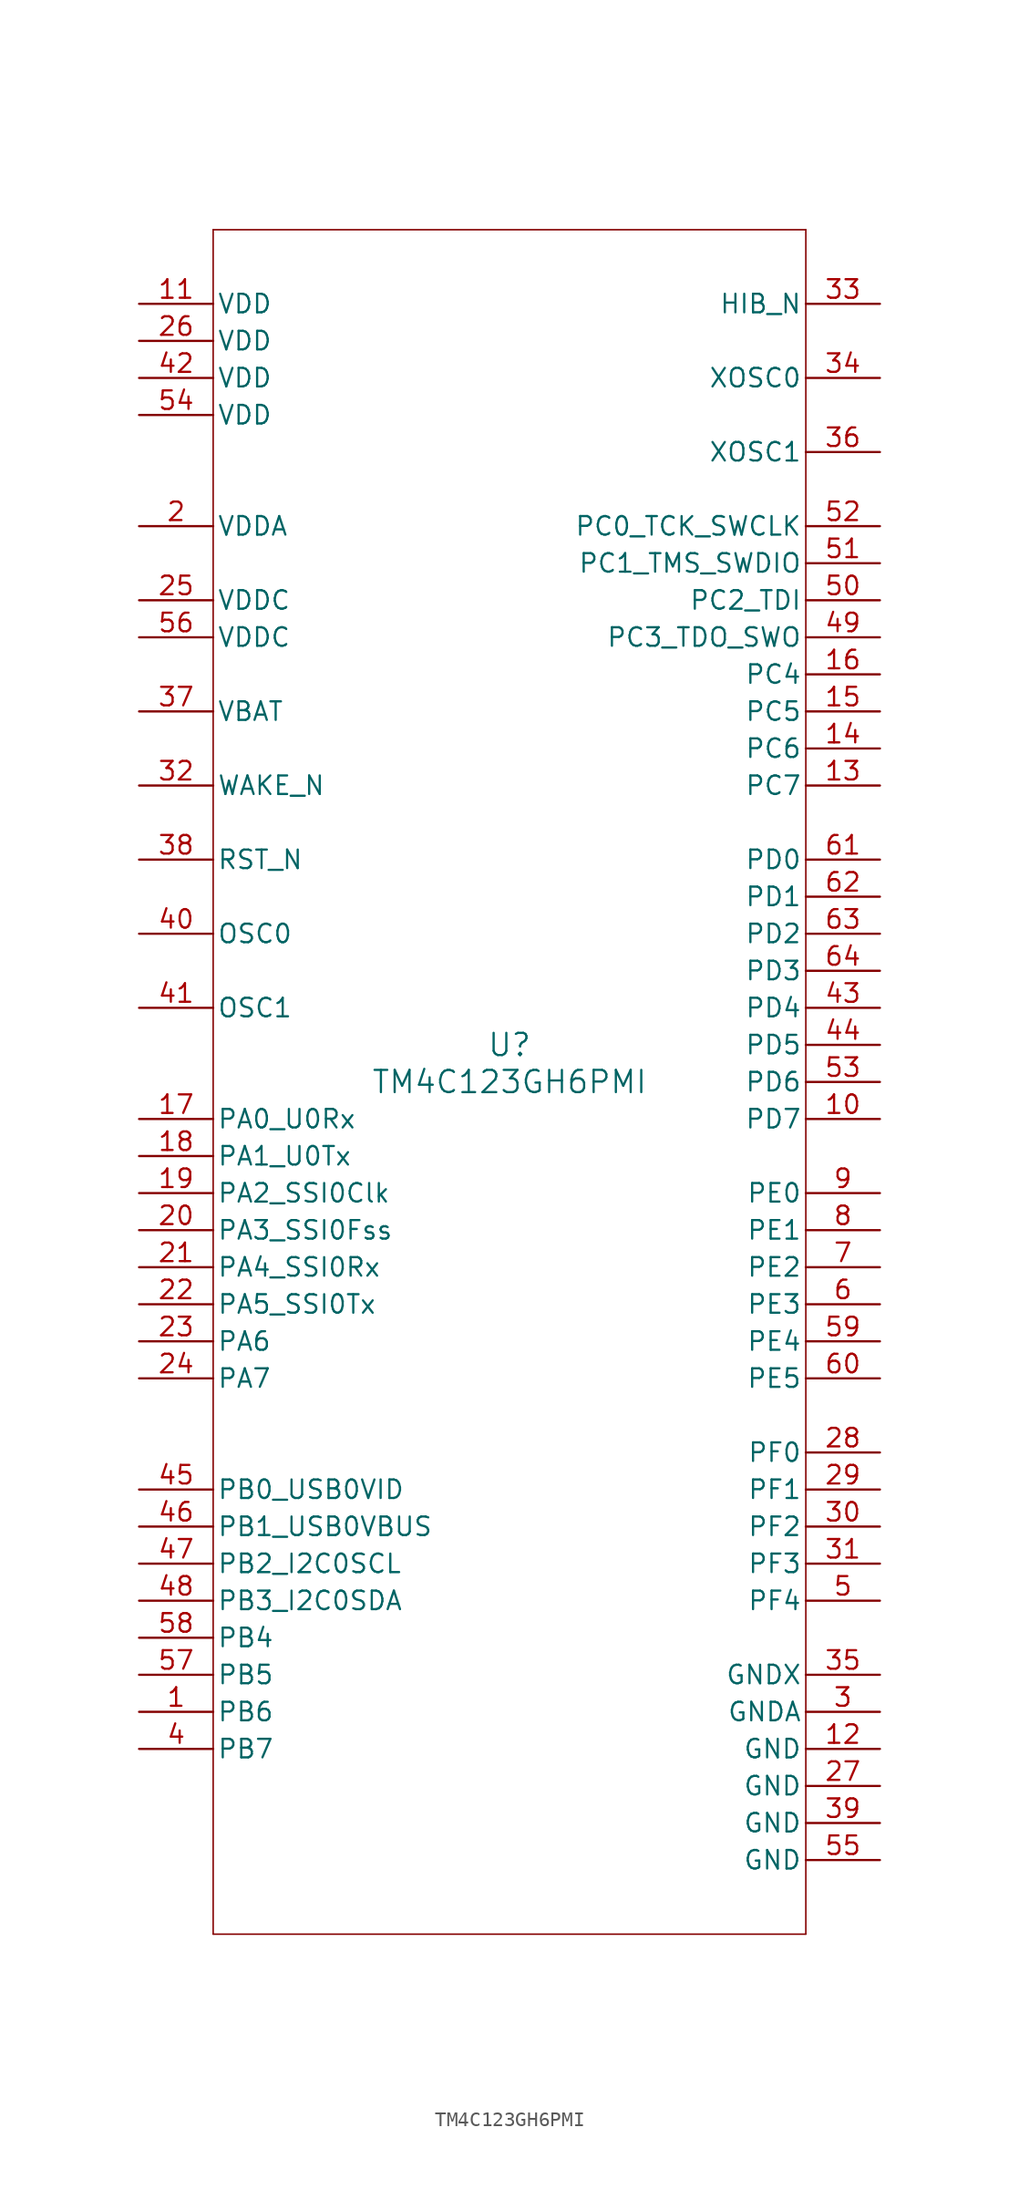
<source format=kicad_sym>
(kicad_symbol_lib
  (version 20211014)
  (generator kicad_symbol_editor)
  (symbol "TM4C123GH6PMI"
    (pin_names
      (offset 0.254))
    (property "Reference" "U"
      (at 0 2.54 0)
      (effects (font (size 1.524 1.524))))
    (property "Value" "TM4C123GH6PMI"
      (at 0 0 0)
      (effects (font (size 1.524 1.524))))
    (symbol "TM4C123GH6PMI_0_1"
      (polyline (pts (xy -20.32 -58.42) (xy 20.32 -58.42)) (stroke (width 0.102) (type default) (color 0 0 0 0)) (fill (type none)))
      (polyline (pts (xy 20.32 -58.42) (xy 20.32 58.42)) (stroke (width 0.102) (type default) (color 0 0 0 0)) (fill (type none)))
      (polyline (pts (xy 20.32 58.42) (xy -20.32 58.42)) (stroke (width 0.102) (type default) (color 0 0 0 0)) (fill (type none)))
      (polyline (pts (xy -20.32 58.42) (xy -20.32 -58.42)) (stroke (width 0.102) (type default) (color 0 0 0 0)) (fill (type none)))
      (pin bidirectional line (at -25.4 -43.18 0) (length 5.08) (name "PB6" (effects (font (size 1.27 1.27)))) (number "1" (effects (font (size 1.27 1.27)))))
      (pin power_in line (at -25.4 38.1 0) (length 5.08) (name "VDDA" (effects (font (size 1.27 1.27)))) (number "2" (effects (font (size 1.27 1.27)))))
      (pin power_in line (at 25.4 -43.18 180) (length 5.08) (name "GNDA" (effects (font (size 1.27 1.27)))) (number "3" (effects (font (size 1.27 1.27)))))
      (pin bidirectional line (at -25.4 -45.72 0) (length 5.08) (name "PB7" (effects (font (size 1.27 1.27)))) (number "4" (effects (font (size 1.27 1.27)))))
      (pin bidirectional line (at 25.4 -35.56 180) (length 5.08) (name "PF4" (effects (font (size 1.27 1.27)))) (number "5" (effects (font (size 1.27 1.27)))))
      (pin bidirectional line (at 25.4 -15.24 180) (length 5.08) (name "PE3" (effects (font (size 1.27 1.27)))) (number "6" (effects (font (size 1.27 1.27)))))
      (pin bidirectional line (at 25.4 -12.7 180) (length 5.08) (name "PE2" (effects (font (size 1.27 1.27)))) (number "7" (effects (font (size 1.27 1.27)))))
      (pin bidirectional line (at 25.4 -10.16 180) (length 5.08) (name "PE1" (effects (font (size 1.27 1.27)))) (number "8" (effects (font (size 1.27 1.27)))))
      (pin bidirectional line (at 25.4 -7.62 180) (length 5.08) (name "PE0" (effects (font (size 1.27 1.27)))) (number "9" (effects (font (size 1.27 1.27)))))
      (pin bidirectional line (at 25.4 -2.54 180) (length 5.08) (name "PD7" (effects (font (size 1.27 1.27)))) (number "10" (effects (font (size 1.27 1.27)))))
      (pin power_in line (at -25.4 53.34 0) (length 5.08) (name "VDD" (effects (font (size 1.27 1.27)))) (number "11" (effects (font (size 1.27 1.27)))))
      (pin power_in line (at 25.4 -45.72 180) (length 5.08) (name "GND" (effects (font (size 1.27 1.27)))) (number "12" (effects (font (size 1.27 1.27)))))
      (pin bidirectional line (at 25.4 20.32 180) (length 5.08) (name "PC7" (effects (font (size 1.27 1.27)))) (number "13" (effects (font (size 1.27 1.27)))))
      (pin bidirectional line (at 25.4 22.86 180) (length 5.08) (name "PC6" (effects (font (size 1.27 1.27)))) (number "14" (effects (font (size 1.27 1.27)))))
      (pin bidirectional line (at 25.4 25.4 180) (length 5.08) (name "PC5" (effects (font (size 1.27 1.27)))) (number "15" (effects (font (size 1.27 1.27)))))
      (pin bidirectional line (at 25.4 27.94 180) (length 5.08) (name "PC4" (effects (font (size 1.27 1.27)))) (number "16" (effects (font (size 1.27 1.27)))))
      (pin bidirectional line (at -25.4 -2.54 0) (length 5.08) (name "PA0_U0Rx" (effects (font (size 1.27 1.27)))) (number "17" (effects (font (size 1.27 1.27)))))
      (pin bidirectional line (at -25.4 -5.08 0) (length 5.08) (name "PA1_U0Tx" (effects (font (size 1.27 1.27)))) (number "18" (effects (font (size 1.27 1.27)))))
      (pin bidirectional line (at -25.4 -7.62 0) (length 5.08) (name "PA2_SSI0Clk" (effects (font (size 1.27 1.27)))) (number "19" (effects (font (size 1.27 1.27)))))
      (pin bidirectional line (at -25.4 -10.16 0) (length 5.08) (name "PA3_SSI0Fss" (effects (font (size 1.27 1.27)))) (number "20" (effects (font (size 1.27 1.27)))))
      (pin bidirectional line (at -25.4 -12.7 0) (length 5.08) (name "PA4_SSI0Rx" (effects (font (size 1.27 1.27)))) (number "21" (effects (font (size 1.27 1.27)))))
      (pin bidirectional line (at -25.4 -15.24 0) (length 5.08) (name "PA5_SSI0Tx" (effects (font (size 1.27 1.27)))) (number "22" (effects (font (size 1.27 1.27)))))
      (pin bidirectional line (at -25.4 -17.78 0) (length 5.08) (name "PA6" (effects (font (size 1.27 1.27)))) (number "23" (effects (font (size 1.27 1.27)))))
      (pin bidirectional line (at -25.4 -20.32 0) (length 5.08) (name "PA7" (effects (font (size 1.27 1.27)))) (number "24" (effects (font (size 1.27 1.27)))))
      (pin power_in line (at -25.4 33.02 0) (length 5.08) (name "VDDC" (effects (font (size 1.27 1.27)))) (number "25" (effects (font (size 1.27 1.27)))))
      (pin power_in line (at -25.4 50.8 0) (length 5.08) (name "VDD" (effects (font (size 1.27 1.27)))) (number "26" (effects (font (size 1.27 1.27)))))
      (pin power_in line (at 25.4 -48.26 180) (length 5.08) (name "GND" (effects (font (size 1.27 1.27)))) (number "27" (effects (font (size 1.27 1.27)))))
      (pin bidirectional line (at 25.4 -25.4 180) (length 5.08) (name "PF0" (effects (font (size 1.27 1.27)))) (number "28" (effects (font (size 1.27 1.27)))))
      (pin bidirectional line (at 25.4 -27.94 180) (length 5.08) (name "PF1" (effects (font (size 1.27 1.27)))) (number "29" (effects (font (size 1.27 1.27)))))
      (pin bidirectional line (at 25.4 -30.48 180) (length 5.08) (name "PF2" (effects (font (size 1.27 1.27)))) (number "30" (effects (font (size 1.27 1.27)))))
      (pin bidirectional line (at 25.4 -33.02 180) (length 5.08) (name "PF3" (effects (font (size 1.27 1.27)))) (number "31" (effects (font (size 1.27 1.27)))))
      (pin input line (at -25.4 20.32 0) (length 5.08) (name "WAKE_N" (effects (font (size 1.27 1.27)))) (number "32" (effects (font (size 1.27 1.27)))))
      (pin output line (at 25.4 53.34 180) (length 5.08) (name "HIB_N" (effects (font (size 1.27 1.27)))) (number "33" (effects (font (size 1.27 1.27)))))
      (pin input line (at 25.4 48.26 180) (length 5.08) (name "XOSC0" (effects (font (size 1.27 1.27)))) (number "34" (effects (font (size 1.27 1.27)))))
      (pin power_in line (at 25.4 -40.64 180) (length 5.08) (name "GNDX" (effects (font (size 1.27 1.27)))) (number "35" (effects (font (size 1.27 1.27)))))
      (pin output line (at 25.4 43.18 180) (length 5.08) (name "XOSC1" (effects (font (size 1.27 1.27)))) (number "36" (effects (font (size 1.27 1.27)))))
      (pin power_in line (at -25.4 25.4 0) (length 5.08) (name "VBAT" (effects (font (size 1.27 1.27)))) (number "37" (effects (font (size 1.27 1.27)))))
      (pin input line (at -25.4 15.24 0) (length 5.08) (name "RST_N" (effects (font (size 1.27 1.27)))) (number "38" (effects (font (size 1.27 1.27)))))
      (pin power_in line (at 25.4 -50.8 180) (length 5.08) (name "GND" (effects (font (size 1.27 1.27)))) (number "39" (effects (font (size 1.27 1.27)))))
      (pin input line (at -25.4 10.16 0) (length 5.08) (name "OSC0" (effects (font (size 1.27 1.27)))) (number "40" (effects (font (size 1.27 1.27)))))
      (pin output line (at -25.4 5.08 0) (length 5.08) (name "OSC1" (effects (font (size 1.27 1.27)))) (number "41" (effects (font (size 1.27 1.27)))))
      (pin power_in line (at -25.4 48.26 0) (length 5.08) (name "VDD" (effects (font (size 1.27 1.27)))) (number "42" (effects (font (size 1.27 1.27)))))
      (pin bidirectional line (at 25.4 5.08 180) (length 5.08) (name "PD4" (effects (font (size 1.27 1.27)))) (number "43" (effects (font (size 1.27 1.27)))))
      (pin bidirectional line (at 25.4 2.54 180) (length 5.08) (name "PD5" (effects (font (size 1.27 1.27)))) (number "44" (effects (font (size 1.27 1.27)))))
      (pin bidirectional line (at -25.4 -27.94 0) (length 5.08) (name "PB0_USB0VID" (effects (font (size 1.27 1.27)))) (number "45" (effects (font (size 1.27 1.27)))))
      (pin bidirectional line (at -25.4 -30.48 0) (length 5.08) (name "PB1_USB0VBUS" (effects (font (size 1.27 1.27)))) (number "46" (effects (font (size 1.27 1.27)))))
      (pin bidirectional line (at -25.4 -33.02 0) (length 5.08) (name "PB2_I2C0SCL" (effects (font (size 1.27 1.27)))) (number "47" (effects (font (size 1.27 1.27)))))
      (pin bidirectional line (at -25.4 -35.56 0) (length 5.08) (name "PB3_I2C0SDA" (effects (font (size 1.27 1.27)))) (number "48" (effects (font (size 1.27 1.27)))))
      (pin bidirectional line (at 25.4 30.48 180) (length 5.08) (name "PC3_TDO_SWO" (effects (font (size 1.27 1.27)))) (number "49" (effects (font (size 1.27 1.27)))))
      (pin bidirectional line (at 25.4 33.02 180) (length 5.08) (name "PC2_TDI" (effects (font (size 1.27 1.27)))) (number "50" (effects (font (size 1.27 1.27)))))
      (pin bidirectional line (at 25.4 35.56 180) (length 5.08) (name "PC1_TMS_SWDIO" (effects (font (size 1.27 1.27)))) (number "51" (effects (font (size 1.27 1.27)))))
      (pin bidirectional line (at 25.4 38.1 180) (length 5.08) (name "PC0_TCK_SWCLK" (effects (font (size 1.27 1.27)))) (number "52" (effects (font (size 1.27 1.27)))))
      (pin bidirectional line (at 25.4 0 180) (length 5.08) (name "PD6" (effects (font (size 1.27 1.27)))) (number "53" (effects (font (size 1.27 1.27)))))
      (pin power_in line (at -25.4 45.72 0) (length 5.08) (name "VDD" (effects (font (size 1.27 1.27)))) (number "54" (effects (font (size 1.27 1.27)))))
      (pin power_in line (at 25.4 -53.34 180) (length 5.08) (name "GND" (effects (font (size 1.27 1.27)))) (number "55" (effects (font (size 1.27 1.27)))))
      (pin power_in line (at -25.4 30.48 0) (length 5.08) (name "VDDC" (effects (font (size 1.27 1.27)))) (number "56" (effects (font (size 1.27 1.27)))))
      (pin bidirectional line (at -25.4 -40.64 0) (length 5.08) (name "PB5" (effects (font (size 1.27 1.27)))) (number "57" (effects (font (size 1.27 1.27)))))
      (pin bidirectional line (at -25.4 -38.1 0) (length 5.08) (name "PB4" (effects (font (size 1.27 1.27)))) (number "58" (effects (font (size 1.27 1.27)))))
      (pin bidirectional line (at 25.4 -17.78 180) (length 5.08) (name "PE4" (effects (font (size 1.27 1.27)))) (number "59" (effects (font (size 1.27 1.27)))))
      (pin bidirectional line (at 25.4 -20.32 180) (length 5.08) (name "PE5" (effects (font (size 1.27 1.27)))) (number "60" (effects (font (size 1.27 1.27)))))
      (pin bidirectional line (at 25.4 15.24 180) (length 5.08) (name "PD0" (effects (font (size 1.27 1.27)))) (number "61" (effects (font (size 1.27 1.27)))))
      (pin bidirectional line (at 25.4 12.7 180) (length 5.08) (name "PD1" (effects (font (size 1.27 1.27)))) (number "62" (effects (font (size 1.27 1.27)))))
      (pin bidirectional line (at 25.4 10.16 180) (length 5.08) (name "PD2" (effects (font (size 1.27 1.27)))) (number "63" (effects (font (size 1.27 1.27)))))
      (pin bidirectional line (at 25.4 7.62 180) (length 5.08) (name "PD3" (effects (font (size 1.27 1.27)))) (number "64" (effects (font (size 1.27 1.27))))))))
</source>
